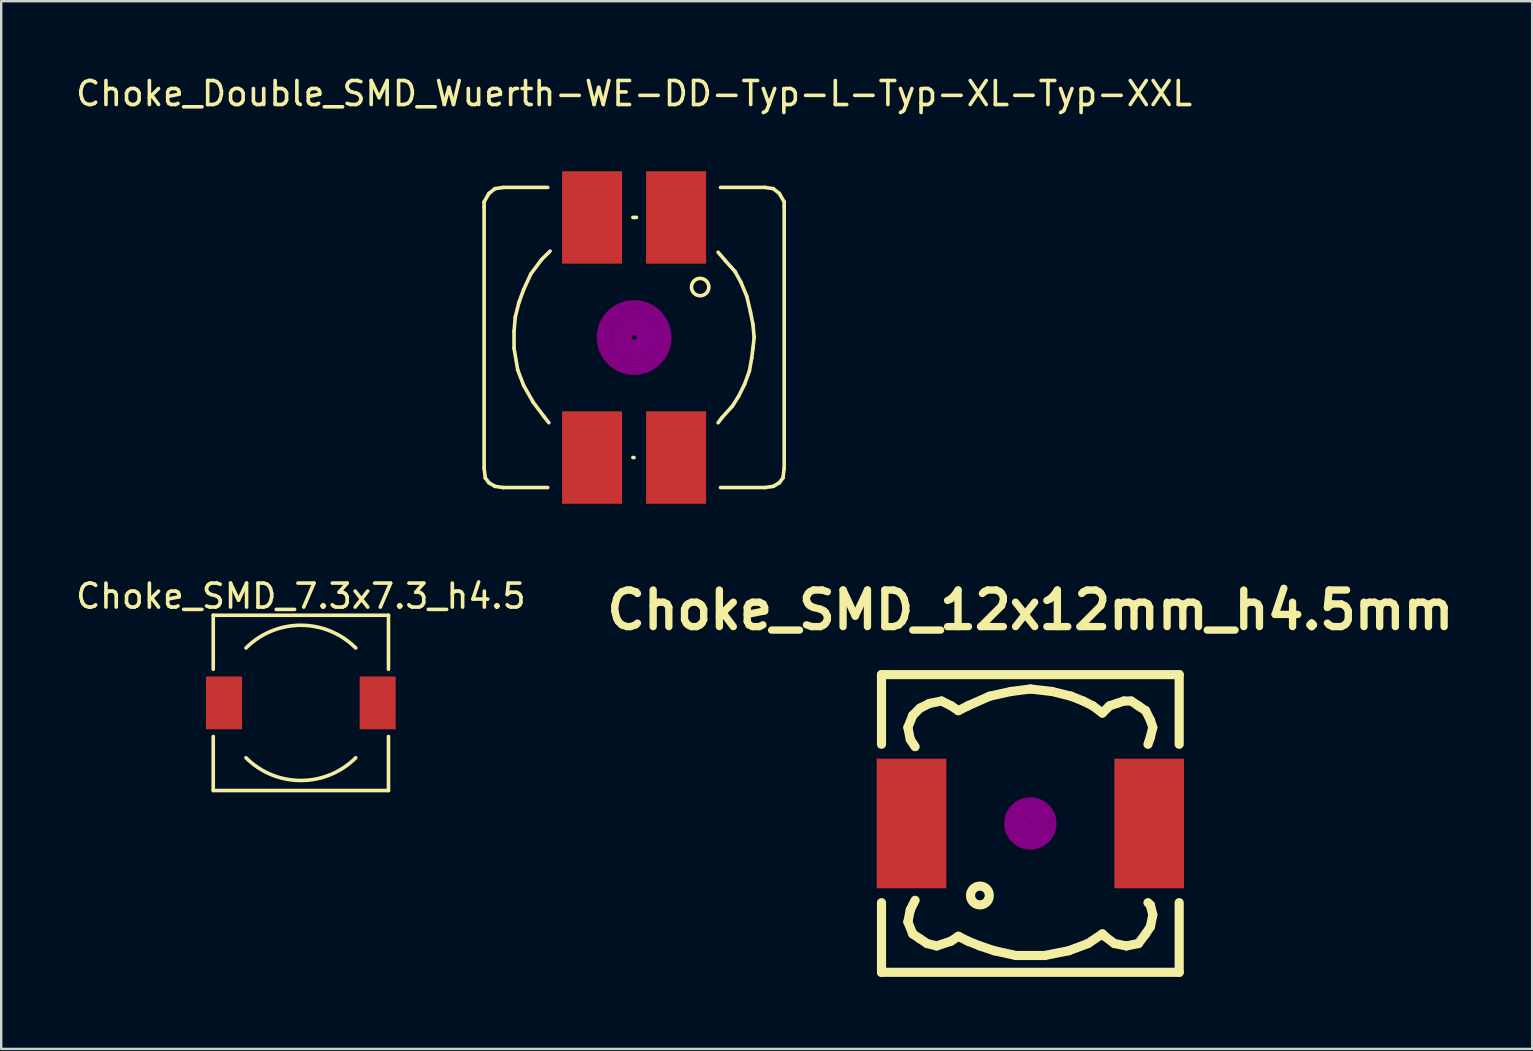
<source format=kicad_pcb>
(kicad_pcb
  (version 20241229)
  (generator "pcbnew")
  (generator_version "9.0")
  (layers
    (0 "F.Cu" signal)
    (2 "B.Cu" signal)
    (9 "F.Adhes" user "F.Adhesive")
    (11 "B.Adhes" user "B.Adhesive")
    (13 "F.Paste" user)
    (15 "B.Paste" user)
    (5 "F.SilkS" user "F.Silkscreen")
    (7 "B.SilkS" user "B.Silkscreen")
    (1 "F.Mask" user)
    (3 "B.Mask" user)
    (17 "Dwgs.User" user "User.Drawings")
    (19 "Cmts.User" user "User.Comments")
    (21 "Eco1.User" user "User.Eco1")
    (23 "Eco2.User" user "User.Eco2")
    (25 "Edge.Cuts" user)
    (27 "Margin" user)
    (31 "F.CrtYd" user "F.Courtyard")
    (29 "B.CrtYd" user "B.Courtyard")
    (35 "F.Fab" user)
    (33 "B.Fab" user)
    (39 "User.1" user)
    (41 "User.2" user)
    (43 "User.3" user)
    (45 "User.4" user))
  (footprint "Choke_SMD_12x12mm_h4.5mm"
    (layer "F.Cu")
    (at 39.868 31.251)
    (property "Reference" "Choke_SMD_12x12mm_h4.5mm" (at 0 -8.89 0) (layer "F.SilkS") (effects (font (size 1.524 1.524) (thickness 0.305))))
    (attr smd)
    (fp_line (start -6.2 -6.2) (end -6.2 -3.299) (stroke (width 0.381) (type solid)) (layer "F.SilkS"))
    (fp_line (start -6.2 3.299) (end -6.2 6.2) (stroke (width 0.381) (type solid)) (layer "F.SilkS"))
    (fp_line (start -6.2 6.2) (end 6.2 6.2) (stroke (width 0.381) (type solid)) (layer "F.SilkS"))
    (fp_line (start -5.1 -4) (end -5.001 -3.5) (stroke (width 0.381) (type solid)) (layer "F.SilkS"))
    (fp_line (start -5.1 4.1) (end -5.001 3.599) (stroke (width 0.381) (type solid)) (layer "F.SilkS"))
    (fp_line (start -5.001 -3.5) (end -4.801 -3.2) (stroke (width 0.381) (type solid)) (layer "F.SilkS"))
    (fp_line (start -5.001 3.599) (end -4.801 3.2) (stroke (width 0.381) (type solid)) (layer "F.SilkS"))
    (fp_line (start -4.9 -4.501) (end -5.1 -4) (stroke (width 0.381) (type solid)) (layer "F.SilkS"))
    (fp_line (start -4.9 4.6) (end -5.1 4.1) (stroke (width 0.381) (type solid)) (layer "F.SilkS"))
    (fp_line (start -4.6 -4.801) (end -4.9 -4.501) (stroke (width 0.381) (type solid)) (layer "F.SilkS"))
    (fp_line (start -4.6 4.801) (end -4.9 4.6) (stroke (width 0.381) (type solid)) (layer "F.SilkS"))
    (fp_line (start -4.3 5.001) (end -4.6 4.801) (stroke (width 0.381) (type solid)) (layer "F.SilkS"))
    (fp_line (start -4.201 -5.001) (end -4.6 -4.801) (stroke (width 0.381) (type solid)) (layer "F.SilkS"))
    (fp_line (start -3.899 5.1) (end -4.3 5.001) (stroke (width 0.381) (type solid)) (layer "F.SilkS"))
    (fp_line (start -3.701 -5.1) (end -4.201 -5.001) (stroke (width 0.381) (type solid)) (layer "F.SilkS"))
    (fp_line (start -3.299 -4.9) (end -3.701 -5.1) (stroke (width 0.381) (type solid)) (layer "F.SilkS"))
    (fp_line (start -3.299 4.9) (end -3.899 5.1) (stroke (width 0.381) (type solid)) (layer "F.SilkS"))
    (fp_line (start -3 -4.699) (end -3.299 -4.9) (stroke (width 0.381) (type solid)) (layer "F.SilkS"))
    (fp_line (start -3 4.699) (end -3.299 4.9) (stroke (width 0.381) (type solid)) (layer "F.SilkS"))
    (fp_line (start -2.601 -4.9) (end -3 -4.699) (stroke (width 0.381) (type solid)) (layer "F.SilkS"))
    (fp_line (start -2.601 4.9) (end -3 4.699) (stroke (width 0.381) (type solid)) (layer "F.SilkS"))
    (fp_line (start -2.101 5.1) (end -2.601 4.9) (stroke (width 0.381) (type solid)) (layer "F.SilkS"))
    (fp_line (start -1.699 -5.301) (end -2.601 -4.9) (stroke (width 0.381) (type solid)) (layer "F.SilkS"))
    (fp_line (start -1.501 5.301) (end -2.101 5.1) (stroke (width 0.381) (type solid)) (layer "F.SilkS"))
    (fp_line (start -0.8 -5.499) (end -1.699 -5.301) (stroke (width 0.381) (type solid)) (layer "F.SilkS"))
    (fp_line (start -0.599 5.499) (end -1.501 5.301) (stroke (width 0.381) (type solid)) (layer "F.SilkS"))
    (fp_line (start 0 -5.601) (end -0.8 -5.499) (stroke (width 0.381) (type solid)) (layer "F.SilkS"))
    (fp_line (start 0.599 5.499) (end -0.599 5.499) (stroke (width 0.381) (type solid)) (layer "F.SilkS"))
    (fp_line (start 0.899 -5.499) (end 0 -5.601) (stroke (width 0.381) (type solid)) (layer "F.SilkS"))
    (fp_line (start 1.6 5.301) (end 0.599 5.499) (stroke (width 0.381) (type solid)) (layer "F.SilkS"))
    (fp_line (start 1.699 -5.301) (end 0.899 -5.499) (stroke (width 0.381) (type solid)) (layer "F.SilkS"))
    (fp_line (start 2.2 -5.1) (end 1.699 -5.301) (stroke (width 0.381) (type solid)) (layer "F.SilkS"))
    (fp_line (start 2.4 5.001) (end 1.6 5.301) (stroke (width 0.381) (type solid)) (layer "F.SilkS"))
    (fp_line (start 2.601 -4.9) (end 2.2 -5.1) (stroke (width 0.381) (type solid)) (layer "F.SilkS"))
    (fp_line (start 3 -4.6) (end 2.601 -4.9) (stroke (width 0.381) (type solid)) (layer "F.SilkS"))
    (fp_line (start 3 4.6) (end 2.4 5.001) (stroke (width 0.381) (type solid)) (layer "F.SilkS"))
    (fp_line (start 3.099 4.699) (end 3 4.6) (stroke (width 0.381) (type solid)) (layer "F.SilkS"))
    (fp_line (start 3.299 -4.9) (end 3 -4.6) (stroke (width 0.381) (type solid)) (layer "F.SilkS"))
    (fp_line (start 3.5 5.001) (end 3.099 4.699) (stroke (width 0.381) (type solid)) (layer "F.SilkS"))
    (fp_line (start 3.599 -5.001) (end 3.299 -4.9) (stroke (width 0.381) (type solid)) (layer "F.SilkS"))
    (fp_line (start 3.899 -5.1) (end 3.599 -5.001) (stroke (width 0.381) (type solid)) (layer "F.SilkS"))
    (fp_line (start 4 5.1) (end 3.5 5.001) (stroke (width 0.381) (type solid)) (layer "F.SilkS"))
    (fp_line (start 4.201 -5.1) (end 3.899 -5.1) (stroke (width 0.381) (type solid)) (layer "F.SilkS"))
    (fp_line (start 4.501 -4.9) (end 4.201 -5.1) (stroke (width 0.381) (type solid)) (layer "F.SilkS"))
    (fp_line (start 4.501 5.001) (end 4 5.1) (stroke (width 0.381) (type solid)) (layer "F.SilkS"))
    (fp_line (start 4.801 -4.699) (end 4.501 -4.9) (stroke (width 0.381) (type solid)) (layer "F.SilkS"))
    (fp_line (start 4.801 4.6) (end 4.501 5.001) (stroke (width 0.381) (type solid)) (layer "F.SilkS"))
    (fp_line (start 4.9 -3.299) (end 5.001 -3.599) (stroke (width 0.381) (type solid)) (layer "F.SilkS"))
    (fp_line (start 4.9 3.299) (end 5.001 3.401) (stroke (width 0.381) (type solid)) (layer "F.SilkS"))
    (fp_line (start 5.001 -4.3) (end 4.801 -4.699) (stroke (width 0.381) (type solid)) (layer "F.SilkS"))
    (fp_line (start 5.001 -3.599) (end 5.1 -4) (stroke (width 0.381) (type solid)) (layer "F.SilkS"))
    (fp_line (start 5.001 3.401) (end 5.1 3.8) (stroke (width 0.381) (type solid)) (layer "F.SilkS"))
    (fp_line (start 5.001 4.3) (end 4.801 4.6) (stroke (width 0.381) (type solid)) (layer "F.SilkS"))
    (fp_line (start 5.1 -4) (end 5.001 -4.3) (stroke (width 0.381) (type solid)) (layer "F.SilkS"))
    (fp_line (start 5.1 3.8) (end 5.001 4.3) (stroke (width 0.381) (type solid)) (layer "F.SilkS"))
    (fp_line (start 6.2 -6.2) (end -6.2 -6.2) (stroke (width 0.381) (type solid)) (layer "F.SilkS"))
    (fp_line (start 6.2 -6.2) (end 6.2 -3.299) (stroke (width 0.381) (type solid)) (layer "F.SilkS"))
    (fp_line (start 6.2 6.2) (end 6.2 3.299) (stroke (width 0.381) (type solid)) (layer "F.SilkS"))
    (fp_circle (center -2.101 3) (end -1.801 3.251) (stroke (width 0.381) (type solid)) (fill no) (layer "F.SilkS"))
    (fp_circle (center 0 0) (end 0.15 0.15) (stroke (width 0.381) (type solid)) (fill no) (layer "F.Adhes"))
    (fp_circle (center 0 0) (end 0.551 0) (stroke (width 0.381) (type solid)) (fill no) (layer "F.Adhes"))
    (fp_circle (center 0 0) (end 0.899 0) (stroke (width 0.381) (type solid)) (fill no) (layer "F.Adhes"))
    (pad "1" smd rect (at -4.95 0) (size 2.901 5.4) (layers "F.Cu" "F.Mask" "F.Paste"))
    (pad "2" smd rect (at 4.95 0) (size 2.901 5.4) (layers "F.Cu" "F.Mask" "F.Paste")))
  (footprint "Choke_Double_SMD_Wuerth-WE-DD-Typ-L-Typ-XL-Typ-XXL"
    (layer "F.Cu")
    (at 23.363 11.008)
    (property "Reference" "Choke_Double_SMD_Wuerth-WE-DD-Typ-L-Typ-XL-Typ-XXL" (at 0 -10.16 0) (layer "F.SilkS") (effects (font (size 1 1) (thickness 0.15))))
    (attr smd)
    (fp_line (start -6.248 -5.649) (end -6.248 -5.451) (stroke (width 0.15) (type solid)) (layer "F.SilkS"))
    (fp_line (start -6.248 -5.451) (end -6.248 5.451) (stroke (width 0.15) (type solid)) (layer "F.SilkS"))
    (fp_line (start -6.198 5.85) (end -6.248 5.451) (stroke (width 0.15) (type solid)) (layer "F.SilkS"))
    (fp_line (start -6.048 -5.999) (end -6.248 -5.649) (stroke (width 0.15) (type solid)) (layer "F.SilkS"))
    (fp_line (start -6.048 6.05) (end -6.198 5.85) (stroke (width 0.15) (type solid)) (layer "F.SilkS"))
    (fp_line (start -5.796 -6.2) (end -6.048 -5.999) (stroke (width 0.15) (type solid)) (layer "F.SilkS"))
    (fp_line (start -5.796 6.2) (end -6.048 6.05) (stroke (width 0.15) (type solid)) (layer "F.SilkS"))
    (fp_line (start -5.448 -6.251) (end -5.796 -6.2) (stroke (width 0.15) (type solid)) (layer "F.SilkS"))
    (fp_line (start -5.448 6.251) (end -5.796 6.2) (stroke (width 0.15) (type solid)) (layer "F.SilkS"))
    (fp_line (start -5.001 -0.249) (end -5.001 0.45) (stroke (width 0.15) (type solid)) (layer "F.SilkS"))
    (fp_line (start -5.001 0.45) (end -4.849 1.349) (stroke (width 0.15) (type solid)) (layer "F.SilkS"))
    (fp_line (start -4.95 -0.851) (end -5.001 -0.249) (stroke (width 0.15) (type solid)) (layer "F.SilkS"))
    (fp_line (start -4.849 1.349) (end -4.6 1.999) (stroke (width 0.15) (type solid)) (layer "F.SilkS"))
    (fp_line (start -4.801 -1.45) (end -4.95 -0.851) (stroke (width 0.15) (type solid)) (layer "F.SilkS"))
    (fp_line (start -4.6 -1.999) (end -4.801 -1.45) (stroke (width 0.15) (type solid)) (layer "F.SilkS"))
    (fp_line (start -4.6 1.999) (end -4.201 2.7) (stroke (width 0.15) (type solid)) (layer "F.SilkS"))
    (fp_line (start -4.3 -2.649) (end -4.6 -1.999) (stroke (width 0.15) (type solid)) (layer "F.SilkS"))
    (fp_line (start -4.201 2.7) (end -3.749 3.299) (stroke (width 0.15) (type solid)) (layer "F.SilkS"))
    (fp_line (start -3.851 -3.251) (end -4.3 -2.649) (stroke (width 0.15) (type solid)) (layer "F.SilkS"))
    (fp_line (start -3.749 3.299) (end -3.551 3.551) (stroke (width 0.15) (type solid)) (layer "F.SilkS"))
    (fp_line (start -3.597 -6.251) (end -5.448 -6.251) (stroke (width 0.15) (type solid)) (layer "F.SilkS"))
    (fp_line (start -3.597 6.251) (end -5.448 6.251) (stroke (width 0.15) (type solid)) (layer "F.SilkS"))
    (fp_line (start -3.5 -3.599) (end -3.851 -3.251) (stroke (width 0.15) (type solid)) (layer "F.SilkS"))
    (fp_line (start -0.051 5.001) (end -0.003 5.001) (stroke (width 0.15) (type solid)) (layer "F.SilkS"))
    (fp_line (start 0.099 -5.001) (end -0.051 -5.001) (stroke (width 0.15) (type solid)) (layer "F.SilkS"))
    (fp_line (start 3.5 3.551) (end 3.65 3.35) (stroke (width 0.15) (type solid)) (layer "F.SilkS"))
    (fp_line (start 3.599 -6.251) (end 5.451 -6.251) (stroke (width 0.15) (type solid)) (layer "F.SilkS"))
    (fp_line (start 3.599 6.251) (end 5.451 6.251) (stroke (width 0.15) (type solid)) (layer "F.SilkS"))
    (fp_line (start 3.65 3.35) (end 4.1 2.85) (stroke (width 0.15) (type solid)) (layer "F.SilkS"))
    (fp_line (start 3.8 -3.2) (end 3.5 -3.551) (stroke (width 0.15) (type solid)) (layer "F.SilkS"))
    (fp_line (start 4.1 2.85) (end 4.351 2.451) (stroke (width 0.15) (type solid)) (layer "F.SilkS"))
    (fp_line (start 4.201 -2.751) (end 3.8 -3.2) (stroke (width 0.15) (type solid)) (layer "F.SilkS"))
    (fp_line (start 4.351 2.451) (end 4.6 1.951) (stroke (width 0.15) (type solid)) (layer "F.SilkS"))
    (fp_line (start 4.45 -2.301) (end 4.201 -2.751) (stroke (width 0.15) (type solid)) (layer "F.SilkS"))
    (fp_line (start 4.6 1.951) (end 4.801 1.4) (stroke (width 0.15) (type solid)) (layer "F.SilkS"))
    (fp_line (start 4.699 -1.699) (end 4.45 -2.301) (stroke (width 0.15) (type solid)) (layer "F.SilkS"))
    (fp_line (start 4.801 1.4) (end 4.9 0.851) (stroke (width 0.15) (type solid)) (layer "F.SilkS"))
    (fp_line (start 4.849 -1.049) (end 4.699 -1.699) (stroke (width 0.15) (type solid)) (layer "F.SilkS"))
    (fp_line (start 4.9 0.851) (end 4.95 0.45) (stroke (width 0.15) (type solid)) (layer "F.SilkS"))
    (fp_line (start 4.95 -0.551) (end 4.849 -1.049) (stroke (width 0.15) (type solid)) (layer "F.SilkS"))
    (fp_line (start 4.95 0.45) (end 5.001 0) (stroke (width 0.15) (type solid)) (layer "F.SilkS"))
    (fp_line (start 5.001 0) (end 4.95 -0.551) (stroke (width 0.15) (type solid)) (layer "F.SilkS"))
    (fp_line (start 5.451 -6.251) (end 5.799 -6.2) (stroke (width 0.15) (type solid)) (layer "F.SilkS"))
    (fp_line (start 5.451 6.251) (end 5.799 6.2) (stroke (width 0.15) (type solid)) (layer "F.SilkS"))
    (fp_line (start 5.799 -6.2) (end 6.05 -5.999) (stroke (width 0.15) (type solid)) (layer "F.SilkS"))
    (fp_line (start 5.799 6.2) (end 6.05 6.05) (stroke (width 0.15) (type solid)) (layer "F.SilkS"))
    (fp_line (start 6.05 -5.999) (end 6.251 -5.649) (stroke (width 0.15) (type solid)) (layer "F.SilkS"))
    (fp_line (start 6.05 6.05) (end 6.2 5.85) (stroke (width 0.15) (type solid)) (layer "F.SilkS"))
    (fp_line (start 6.2 5.85) (end 6.251 5.451) (stroke (width 0.15) (type solid)) (layer "F.SilkS"))
    (fp_line (start 6.251 -5.649) (end 6.251 -5.451) (stroke (width 0.15) (type solid)) (layer "F.SilkS"))
    (fp_line (start 6.251 -5.451) (end 6.251 5.451) (stroke (width 0.15) (type solid)) (layer "F.SilkS"))
    (fp_circle (center 2.751 -2.101) (end 3.051 -1.9) (stroke (width 0.15) (type solid)) (fill no) (layer "F.SilkS"))
    (fp_circle (center 0 0) (end 0.1 0) (stroke (width 0.305) (type solid)) (fill no) (layer "F.Adhes"))
    (fp_circle (center 0 0) (end 0.3 0.1) (stroke (width 0.305) (type solid)) (fill no) (layer "F.Adhes"))
    (fp_circle (center 0 0) (end 0.6 0) (stroke (width 0.305) (type solid)) (fill no) (layer "F.Adhes"))
    (fp_circle (center 0 0) (end 0.8 -0.1) (stroke (width 0.305) (type solid)) (fill no) (layer "F.Adhes"))
    (fp_circle (center 0 0) (end 1.1 -0.1) (stroke (width 0.305) (type solid)) (fill no) (layer "F.Adhes"))
    (fp_circle (center 0 0) (end 1.4 -0.1) (stroke (width 0.305) (type solid)) (fill no) (layer "F.Adhes"))
    (pad "1" smd rect (at -1.75 -5.001) (size 2.499 3.851) (layers "F.Cu" "F.Mask" "F.Paste"))
    (pad "2" smd rect (at 1.75 -5.001) (size 2.499 3.851) (layers "F.Cu" "F.Mask" "F.Paste"))
    (pad "3" smd rect (at 1.75 5.001) (size 2.499 3.851) (layers "F.Cu" "F.Mask" "F.Paste"))
    (pad "4" smd rect (at -1.75 5.001) (size 2.499 3.851) (layers "F.Cu" "F.Mask" "F.Paste")))
  (footprint "Choke_SMD_7.3x7.3_h4.5"
    (layer "F.Cu")
    (at 9.482 26.228)
    (property "Reference" "Choke_SMD_7.3x7.3_h4.5" (at 0 -4.445 0) (layer "F.SilkS") (effects (font (size 1 1) (thickness 0.15))))
    (attr smd)
    (fp_line (start -3.65 -3.65) (end -3.65 -1.4) (stroke (width 0.15) (type solid)) (layer "F.SilkS"))
    (fp_line (start -3.65 -3.65) (end 3.65 -3.65) (stroke (width 0.15) (type solid)) (layer "F.SilkS"))
    (fp_line (start -3.65 3.65) (end -3.65 1.4) (stroke (width 0.15) (type solid)) (layer "F.SilkS"))
    (fp_line (start 3.65 -3.65) (end 3.65 -1.4) (stroke (width 0.15) (type solid)) (layer "F.SilkS"))
    (fp_line (start 3.65 3.65) (end -3.65 3.65) (stroke (width 0.15) (type solid)) (layer "F.SilkS"))
    (fp_line (start 3.65 3.65) (end 3.65 1.4) (stroke (width 0.15) (type solid)) (layer "F.SilkS"))
    (fp_arc (start -2.286 -2.286) (mid 0 -3.232892) (end 2.286 -2.286) (stroke (width 0.15) (type solid)) (layer "F.SilkS"))
    (fp_arc (start 2.286 2.286) (mid 0 3.232892) (end -2.286 2.286) (stroke (width 0.15) (type solid)) (layer "F.SilkS"))
    (pad "1" smd rect (at -3.2 0) (size 1.5 2.2) (layers "F.Cu" "F.Mask" "F.Paste"))
    (pad "2" smd rect (at 3.2 0) (size 1.5 2.2) (layers "F.Cu" "F.Mask" "F.Paste")))
  (gr_rect
    (start -3 -3)
    (end 60.771 40.642)
    (stroke (width 0.1) (type default))
    (fill no)
    (layer "Edge.Cuts")))
</source>
